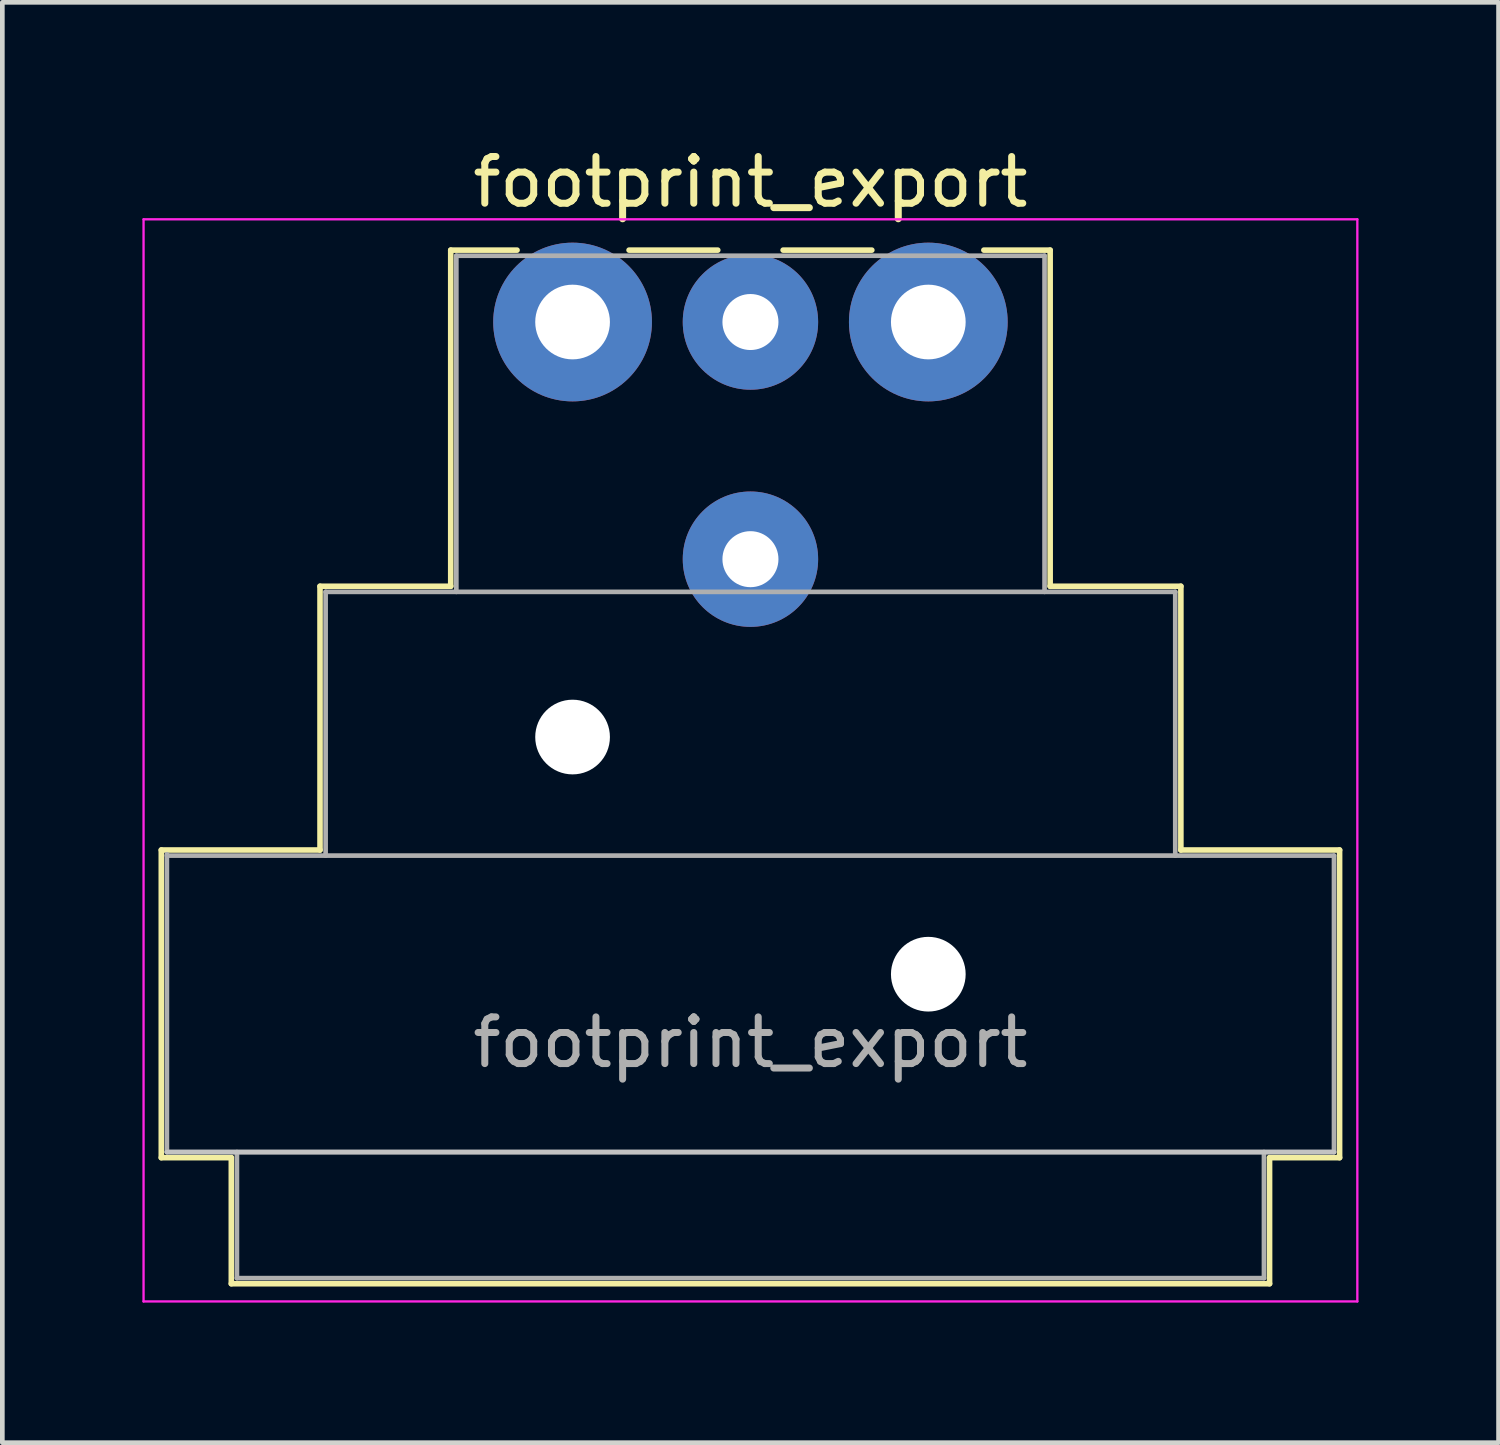
<source format=kicad_pcb>
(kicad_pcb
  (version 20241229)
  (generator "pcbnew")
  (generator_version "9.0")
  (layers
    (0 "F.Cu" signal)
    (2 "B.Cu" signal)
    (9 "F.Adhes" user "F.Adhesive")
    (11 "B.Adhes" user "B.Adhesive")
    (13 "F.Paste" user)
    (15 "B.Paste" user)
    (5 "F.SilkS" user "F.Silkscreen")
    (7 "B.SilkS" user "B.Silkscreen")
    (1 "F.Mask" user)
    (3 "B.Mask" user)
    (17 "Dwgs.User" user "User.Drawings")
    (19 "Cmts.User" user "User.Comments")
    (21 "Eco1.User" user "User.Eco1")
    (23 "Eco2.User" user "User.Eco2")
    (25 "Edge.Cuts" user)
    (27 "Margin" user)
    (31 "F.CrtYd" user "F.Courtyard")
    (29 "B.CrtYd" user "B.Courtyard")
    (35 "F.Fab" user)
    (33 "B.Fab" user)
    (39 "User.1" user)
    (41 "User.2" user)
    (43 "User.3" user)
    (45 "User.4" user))
  (footprint "footprint_export"
    (layer "F.Cu")
    (at 9.215 3.848)
    (property "Reference" "footprint_export" (at 3.81 -3 0) (layer "F.SilkS") (effects (font (size 1 1) (thickness 0.15))))
    (attr through_hole)
    (fp_line (start -8.81 11.31) (end -5.41 11.31) (stroke (width 0.12) (type solid)) (layer "F.SilkS"))
    (fp_line (start -8.81 17.9) (end -8.81 11.31) (stroke (width 0.12) (type solid)) (layer "F.SilkS"))
    (fp_line (start -7.31 17.9) (end -8.81 17.9) (stroke (width 0.12) (type solid)) (layer "F.SilkS"))
    (fp_line (start -7.31 17.9) (end -7.31 20.6) (stroke (width 0.12) (type solid)) (layer "F.SilkS"))
    (fp_line (start -5.41 11.31) (end -5.41 5.66) (stroke (width 0.12) (type solid)) (layer "F.SilkS"))
    (fp_line (start -2.61 5.66) (end -5.41 5.66) (stroke (width 0.12) (type solid)) (layer "F.SilkS"))
    (fp_line (start -2.61 5.66) (end -2.61 -1.54) (stroke (width 0.12) (type solid)) (layer "F.SilkS"))
    (fp_line (start -1.19 -1.54) (end -2.61 -1.54) (stroke (width 0.12) (type solid)) (layer "F.SilkS"))
    (fp_line (start 3.11 -1.54) (end 1.21 -1.54) (stroke (width 0.12) (type solid)) (layer "F.SilkS"))
    (fp_line (start 4.51 -1.54) (end 6.41 -1.54) (stroke (width 0.12) (type solid)) (layer "F.SilkS"))
    (fp_line (start 10.23 -1.54) (end 8.81 -1.54) (stroke (width 0.12) (type solid)) (layer "F.SilkS"))
    (fp_line (start 10.23 5.66) (end 10.23 -1.54) (stroke (width 0.12) (type solid)) (layer "F.SilkS"))
    (fp_line (start 10.23 5.66) (end 13.03 5.66) (stroke (width 0.12) (type solid)) (layer "F.SilkS"))
    (fp_line (start 13.03 11.31) (end 13.03 5.66) (stroke (width 0.12) (type solid)) (layer "F.SilkS"))
    (fp_line (start 13.03 11.31) (end 16.43 11.31) (stroke (width 0.12) (type solid)) (layer "F.SilkS"))
    (fp_line (start 14.93 17.9) (end 14.93 20.6) (stroke (width 0.12) (type solid)) (layer "F.SilkS"))
    (fp_line (start 14.93 20.6) (end -7.31 20.6) (stroke (width 0.12) (type solid)) (layer "F.SilkS"))
    (fp_line (start 16.43 17.9) (end 14.93 17.9) (stroke (width 0.12) (type solid)) (layer "F.SilkS"))
    (fp_line (start 16.43 17.9) (end 16.43 11.31) (stroke (width 0.12) (type solid)) (layer "F.SilkS"))
    (fp_line (start 16.31 17.78) (end -8.69 17.78) (stroke (width 0.1) (type solid)) (layer "Dwgs.User"))
    (fp_line (start -9.19 20.98) (end -9.19 -2.2) (stroke (width 0.05) (type solid)) (layer "F.CrtYd"))
    (fp_line (start 16.81 -2.2) (end -9.19 -2.2) (stroke (width 0.05) (type solid)) (layer "F.CrtYd"))
    (fp_line (start 16.81 20.98) (end -9.19 20.98) (stroke (width 0.05) (type solid)) (layer "F.CrtYd"))
    (fp_line (start 16.81 20.98) (end 16.81 -2.2) (stroke (width 0.05) (type solid)) (layer "F.CrtYd"))
    (fp_line (start -8.69 11.43) (end 16.31 11.43) (stroke (width 0.1) (type solid)) (layer "F.Fab"))
    (fp_line (start -8.69 17.78) (end -8.69 11.4) (stroke (width 0.1) (type solid)) (layer "F.Fab"))
    (fp_line (start -7.19 20.48) (end -7.19 17.78) (stroke (width 0.1) (type solid)) (layer "F.Fab"))
    (fp_line (start -5.29 5.78) (end -5.29 11.43) (stroke (width 0.1) (type solid)) (layer "F.Fab"))
    (fp_line (start -5.29 5.78) (end 12.91 5.78) (stroke (width 0.1) (type solid)) (layer "F.Fab"))
    (fp_line (start -2.49 5.78) (end -2.49 -1.42) (stroke (width 0.1) (type solid)) (layer "F.Fab"))
    (fp_line (start 10.11 -1.42) (end -2.49 -1.42) (stroke (width 0.1) (type solid)) (layer "F.Fab"))
    (fp_line (start 10.11 5.78) (end 10.11 -1.42) (stroke (width 0.1) (type solid)) (layer "F.Fab"))
    (fp_line (start 12.91 11.43) (end 12.91 5.78) (stroke (width 0.1) (type solid)) (layer "F.Fab"))
    (fp_line (start 14.81 17.78) (end 14.81 20.48) (stroke (width 0.1) (type solid)) (layer "F.Fab"))
    (fp_line (start 14.81 20.48) (end -7.19 20.48) (stroke (width 0.1) (type solid)) (layer "F.Fab"))
    (fp_line (start 16.31 11.43) (end 16.31 17.78) (stroke (width 0.1) (type solid)) (layer "F.Fab"))
    (fp_line (start 16.31 17.78) (end -8.69 17.78) (stroke (width 0.1) (type solid)) (layer "F.Fab"))
    (fp_text user "${REFERENCE}" (at 3.81 15.43 0) (layer "F.Fab") (effects (font (size 1 1) (thickness 0.15))))
    (pad "" np_thru_hole circle (at 0 8.89) (size 1.6 1.6) (drill 1.6) (layers "*.Cu" "*.Mask"))
    (pad "" np_thru_hole circle (at 7.62 13.97) (size 1.6 1.6) (drill 1.6) (layers "*.Cu" "*.Mask"))
    (pad "1" thru_hole circle (at 0 0) (size 3.4 3.4) (drill 1.6) (layers "*.Cu" "*.Mask"))
    (pad "2" thru_hole circle (at 7.62 0) (size 3.4 3.4) (drill 1.6) (layers "*.Cu" "*.Mask"))
    (pad "3" thru_hole circle (at 3.81 0) (size 2.9 2.9) (drill 1.2) (layers "*.Cu" "*.Mask"))
    (pad "G" thru_hole circle (at 3.81 5.08) (size 2.9 2.9) (drill 1.2) (layers "*.Cu" "*.Mask")))
  (gr_rect
    (start -3 -3)
    (end 29.05 27.853)
    (stroke (width 0.1) (type default))
    (fill no)
    (layer "Edge.Cuts")))
</source>
